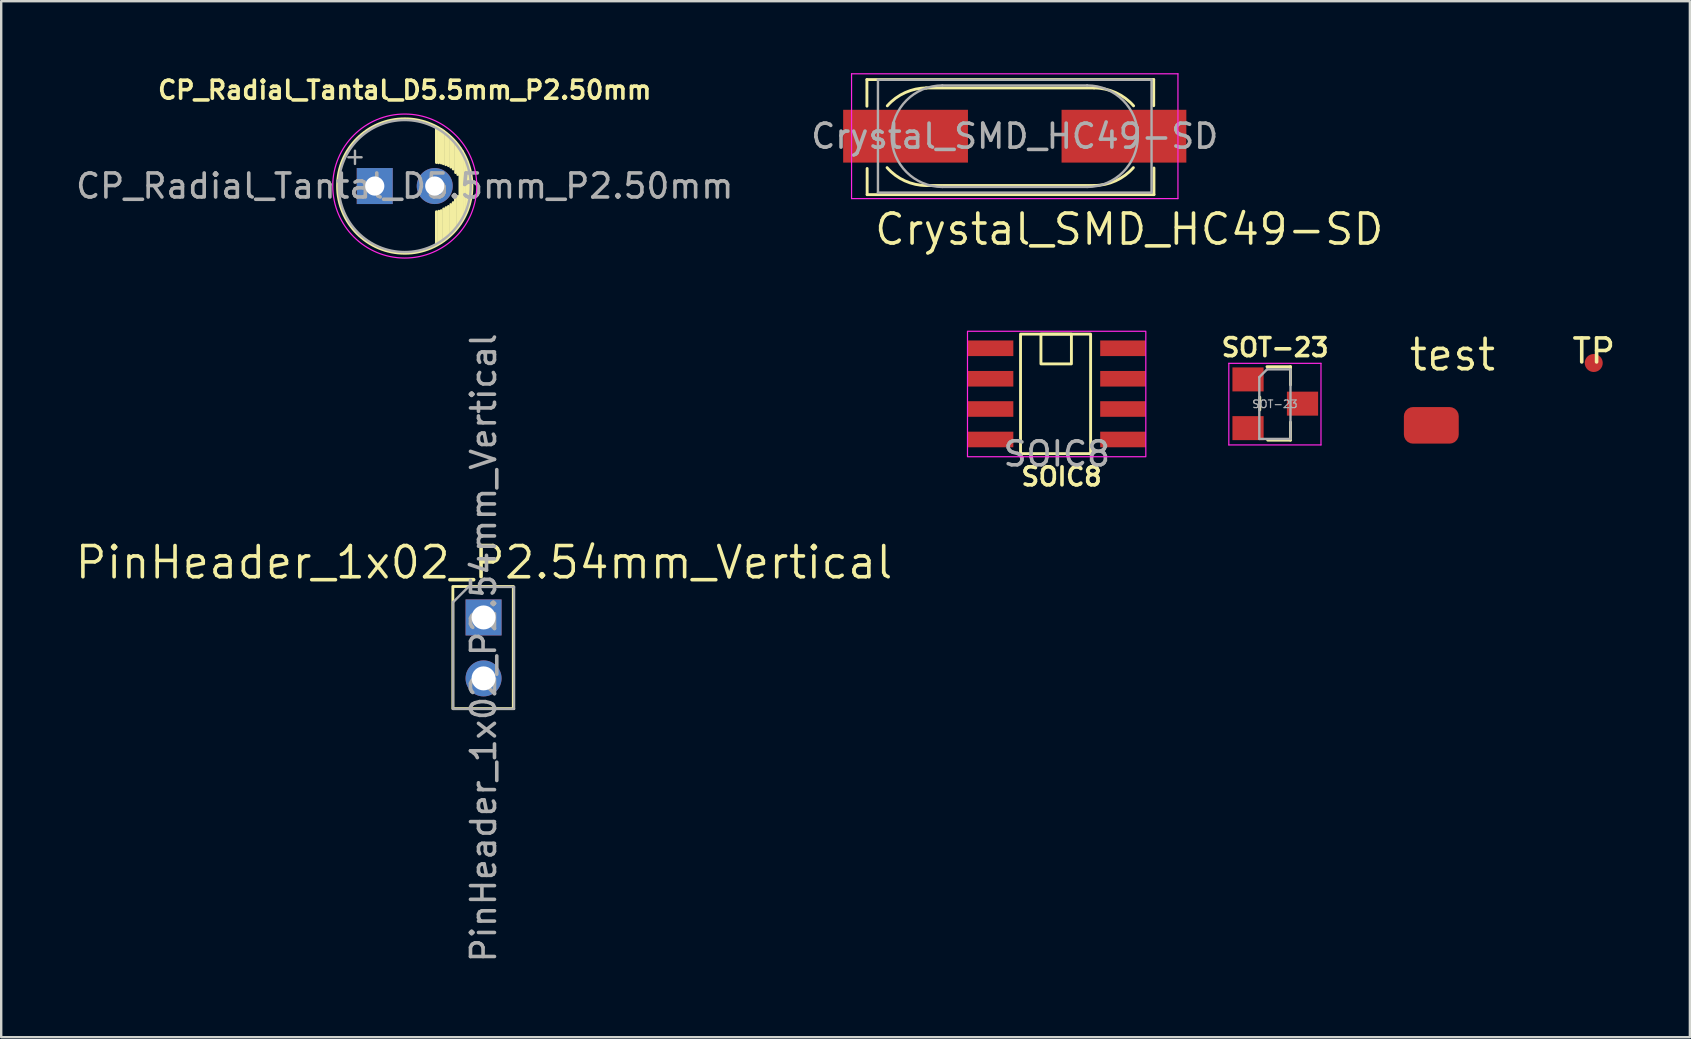
<source format=kicad_pcb>
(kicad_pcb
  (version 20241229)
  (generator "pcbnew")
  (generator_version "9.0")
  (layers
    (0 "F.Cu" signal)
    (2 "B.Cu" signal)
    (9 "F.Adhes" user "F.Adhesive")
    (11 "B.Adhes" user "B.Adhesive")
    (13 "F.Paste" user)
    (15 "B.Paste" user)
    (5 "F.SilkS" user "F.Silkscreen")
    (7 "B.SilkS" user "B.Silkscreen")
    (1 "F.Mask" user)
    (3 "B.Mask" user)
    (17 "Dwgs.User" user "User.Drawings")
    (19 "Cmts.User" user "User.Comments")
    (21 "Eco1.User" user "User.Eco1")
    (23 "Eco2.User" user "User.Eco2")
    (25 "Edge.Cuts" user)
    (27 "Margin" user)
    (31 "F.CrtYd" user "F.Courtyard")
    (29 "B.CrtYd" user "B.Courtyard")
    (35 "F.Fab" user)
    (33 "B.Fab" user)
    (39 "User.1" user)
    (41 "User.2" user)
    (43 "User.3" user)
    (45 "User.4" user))
  (footprint "TP"
    (layer "F.Cu")
    (at 63.357 12.075)
    (property "Reference" "TP" (at 0 -0.5 0) (unlocked yes) (layer "F.SilkS") (effects (font (size 1 1) (thickness 0.15))))
    (attr smd)
    (pad "1" smd circle (at 0 0) (size 0.75 0.75) (layers "F.Cu" "F.Mask" "F.Paste")))
  (footprint "SOT-23"
    (layer "F.Cu")
    (at 50.072 13.789)
    (property "Reference" "SOT-23" (at 0.01 -2.36 0) (layer "F.SilkS") (effects (font (size 0.75 0.75) (thickness 0.15))))
    (attr smd)
    (fp_line (start -0.63 -0.29) (end -0.63 0.24) (stroke (width 0.12) (type default)) (layer "F.SilkS"))
    (fp_line (start -0.33 -1.56) (end 0.65 -1.56) (stroke (width 0.12) (type solid)) (layer "F.SilkS"))
    (fp_line (start 0.65 -1.56) (end 0.65 -0.8) (stroke (width 0.12) (type default)) (layer "F.SilkS"))
    (fp_line (start 0.65 0.75) (end 0.65 1.5) (stroke (width 0.12) (type default)) (layer "F.SilkS"))
    (fp_line (start 0.65 1.5) (end -0.3 1.5) (stroke (width 0.12) (type default)) (layer "F.SilkS"))
    (fp_line (start -1.92 -1.7) (end -1.92 1.7) (stroke (width 0.05) (type solid)) (layer "F.CrtYd"))
    (fp_line (start -1.92 1.7) (end 1.92 1.7) (stroke (width 0.05) (type solid)) (layer "F.CrtYd"))
    (fp_line (start 1.92 -1.7) (end -1.92 -1.7) (stroke (width 0.05) (type solid)) (layer "F.CrtYd"))
    (fp_line (start 1.92 1.7) (end 1.92 -1.7) (stroke (width 0.05) (type solid)) (layer "F.CrtYd"))
    (fp_line (start -0.65 -1.125) (end -0.325 -1.45) (stroke (width 0.1) (type solid)) (layer "F.Fab"))
    (fp_line (start -0.65 1.45) (end -0.65 -1.125) (stroke (width 0.1) (type solid)) (layer "F.Fab"))
    (fp_line (start -0.325 -1.45) (end 0.65 -1.45) (stroke (width 0.1) (type solid)) (layer "F.Fab"))
    (fp_line (start 0.65 -1.45) (end 0.65 1.45) (stroke (width 0.1) (type solid)) (layer "F.Fab"))
    (fp_line (start 0.65 1.45) (end -0.65 1.45) (stroke (width 0.1) (type solid)) (layer "F.Fab"))
    (fp_text user "${REFERENCE}" (at 0 0 0) (layer "F.Fab") (effects (font (size 0.32 0.32) (thickness 0.05))))
    (pad "1" smd rect (at -1.12 -1.03) (size 1.3 1) (layers "F.Cu" "F.Mask" "F.Paste"))
    (pad "2" smd rect (at -1.12 1) (size 1.3 1) (layers "F.Cu" "F.Mask" "F.Paste"))
    (pad "3" smd rect (at 1.15 -0.02) (size 1.3 1) (layers "F.Cu" "F.Mask" "F.Paste")))
  (footprint "PinHeader_1x02_P2.54mm_Vertical"
    (layer "F.Cu")
    (at 17.099 22.677)
    (property "Reference" "PinHeader_1x02_P2.54mm_Vertical" (at 0.02 -2.29 0) (layer "F.SilkS") (effects (font (size 1.3 1.3) (thickness 0.15))))
    (attr through_hole)
    (fp_rect (start -1.28 -1.29) (end 1.24 3.8) (stroke (width 0.12) (type default)) (fill no) (layer "F.SilkS"))
    (fp_line (start -1.27 -0.635) (end -0.635 -1.27) (stroke (width 0.1) (type solid)) (layer "F.Fab"))
    (fp_line (start -1.27 3.81) (end -1.27 -0.635) (stroke (width 0.1) (type solid)) (layer "F.Fab"))
    (fp_line (start -0.635 -1.27) (end 1.27 -1.27) (stroke (width 0.1) (type solid)) (layer "F.Fab"))
    (fp_line (start 1.27 -1.27) (end 1.27 3.81) (stroke (width 0.1) (type solid)) (layer "F.Fab"))
    (fp_line (start 1.27 3.81) (end -1.27 3.81) (stroke (width 0.1) (type solid)) (layer "F.Fab"))
    (fp_text user "${REFERENCE}" (at 0 1.27 90) (layer "F.Fab") (effects (font (size 1 1) (thickness 0.15))))
    (pad "1" thru_hole rect (at 0 0) (size 1.5 1.5) (drill 1) (layers "*.Cu" "*.Mask"))
    (pad "2" thru_hole oval (at 0 2.54) (size 1.5 1.5) (drill 1) (layers "*.Cu" "*.Mask")))
  (footprint "test"
    (layer "F.Cu")
    (at 56.669 14.523)
    (property "Reference" "test" (at 0.8 -2.79 0) (layer "F.SilkS") (effects (font (size 1.27 1.27) (thickness 0.15))))
    (attr smd)
    (pad "1" smd roundrect (at -0.08 0.15) (size 2.286 1.524) (layers "F.Cu" "F.Mask" "F.Paste") (roundrect_rratio 0.25)))
  (footprint "CP_Radial_Tantal_D5.5mm_P2.50mm"
    (layer "F.Cu")
    (at 12.565 4.702)
    (property "Reference" "CP_Radial_Tantal_D5.5mm_P2.50mm" (at 1.25 -4 0) (layer "F.SilkS") (effects (font (size 0.75 0.75) (thickness 0.15))))
    (attr through_hole)
    (fp_line (start 2.57 -2.45) (end 2.57 -0.98) (stroke (width 0.12) (type solid)) (layer "F.SilkS"))
    (fp_line (start 2.57 1.07) (end 2.57 2.435) (stroke (width 0.12) (type solid)) (layer "F.SilkS"))
    (fp_line (start 2.66 -2.41) (end 2.66 -0.97) (stroke (width 0.12) (type solid)) (layer "F.SilkS"))
    (fp_line (start 2.67 1.05) (end 2.67 2.395) (stroke (width 0.12) (type solid)) (layer "F.SilkS"))
    (fp_line (start 2.77 -2.35) (end 2.77 -0.96) (stroke (width 0.12) (type solid)) (layer "F.SilkS"))
    (fp_line (start 2.77 1.025) (end 2.77 2.335) (stroke (width 0.12) (type solid)) (layer "F.SilkS"))
    (fp_line (start 2.86 -2.29) (end 2.86 -0.93) (stroke (width 0.12) (type solid)) (layer "F.SilkS"))
    (fp_line (start 2.87 0.955) (end 2.87 2.265) (stroke (width 0.12) (type solid)) (layer "F.SilkS"))
    (fp_line (start 2.96 -2.2) (end 2.96 -0.89) (stroke (width 0.12) (type solid)) (layer "F.SilkS"))
    (fp_line (start 2.97 0.9) (end 2.97 2.185) (stroke (width 0.12) (type solid)) (layer "F.SilkS"))
    (fp_line (start 3.07 -2.105) (end 3.07 -0.85) (stroke (width 0.12) (type solid)) (layer "F.SilkS"))
    (fp_line (start 3.07 0.85) (end 3.07 2.095) (stroke (width 0.12) (type solid)) (layer "F.SilkS"))
    (fp_line (start 3.17 -2.015) (end 3.17 -0.79) (stroke (width 0.12) (type solid)) (layer "F.SilkS"))
    (fp_line (start 3.17 0.77) (end 3.17 1.995) (stroke (width 0.12) (type solid)) (layer "F.SilkS"))
    (fp_line (start 3.27 -1.915) (end 3.27 -0.71) (stroke (width 0.12) (type solid)) (layer "F.SilkS"))
    (fp_line (start 3.27 0.69) (end 3.27 1.895) (stroke (width 0.12) (type solid)) (layer "F.SilkS"))
    (fp_line (start 3.36 0.52) (end 3.36 1.785) (stroke (width 0.12) (type solid)) (layer "F.SilkS"))
    (fp_line (start 3.37 -1.805) (end 3.37 -0.56) (stroke (width 0.12) (type solid)) (layer "F.SilkS"))
    (fp_line (start 3.46 -1.705) (end 3.46 -0.48) (stroke (width 0.12) (type solid)) (layer "F.SilkS"))
    (fp_line (start 3.46 0.43) (end 3.46 1.675) (stroke (width 0.12) (type solid)) (layer "F.SilkS"))
    (fp_line (start 3.55 -1.575) (end 3.55 1.56) (stroke (width 0.12) (type solid)) (layer "F.SilkS"))
    (fp_line (start 3.65 -1.435) (end 3.65 1.39) (stroke (width 0.12) (type solid)) (layer "F.SilkS"))
    (fp_line (start 3.74 -1.235) (end 3.74 1.22) (stroke (width 0.12) (type solid)) (layer "F.SilkS"))
    (fp_line (start 3.84 -1.025) (end 3.84 0.98) (stroke (width 0.12) (type solid)) (layer "F.SilkS"))
    (fp_line (start 3.94 -0.675) (end 3.94 0.72) (stroke (width 0.12) (type solid)) (layer "F.SilkS"))
    (fp_circle (center 1.25 0) (end 4.05 0) (stroke (width 0.12) (type solid)) (fill no) (layer "F.SilkS"))
    (fp_circle (center 1.25 0) (end 4.25 0) (stroke (width 0.05) (type solid)) (fill no) (layer "F.CrtYd"))
    (fp_line (start -1.099 -1.198) (end -0.549 -1.198) (stroke (width 0.1) (type solid)) (layer "F.Fab"))
    (fp_line (start -0.824 -1.472) (end -0.824 -0.922) (stroke (width 0.1) (type solid)) (layer "F.Fab"))
    (fp_circle (center 1.25 0) (end 4 0) (stroke (width 0.1) (type solid)) (fill no) (layer "F.Fab"))
    (fp_text user "${REFERENCE}" (at 1.25 0 0) (layer "F.Fab") (effects (font (size 1 1) (thickness 0.15))))
    (pad "1" thru_hole rect (at 0 0) (size 1.5 1.5) (drill 0.8) (layers "*.Cu" "*.Mask"))
    (pad "2" thru_hole circle (at 2.5 0) (size 1.5 1.5) (drill 0.8) (layers "*.Cu" "*.Mask")))
  (footprint "SOIC8"
    (layer "F.Cu")
    (at 40.983 13.362)
    (property "Reference" "SOIC8" (at 0.2 3.45 0) (unlocked yes) (layer "F.SilkS") (effects (font (size 0.75 0.75) (thickness 0.15))))
    (attr smd)
    (fp_rect (start -1.51 -2.49) (end 1.41 2.49) (stroke (width 0.12) (type default)) (fill no) (layer "F.SilkS"))
    (fp_rect (start -0.66 -2.49) (end 0.61 -1.25) (stroke (width 0.12) (type default)) (fill no) (layer "F.SilkS"))
    (fp_rect (start -3.72 -2.61) (end 3.71 2.62) (stroke (width 0.05) (type default)) (fill no) (layer "F.CrtYd"))
    (fp_text user "${REFERENCE}" (at 0 2.5 0) (unlocked yes) (layer "F.Fab") (effects (font (size 1 1) (thickness 0.15))))
    (pad "1" smd rect (at -2.76 -1.9) (size 1.9 0.65) (layers "F.Cu" "F.Mask" "F.Paste"))
    (pad "2" smd rect (at -2.76 -0.63) (size 1.9 0.65) (layers "F.Cu" "F.Mask" "F.Paste"))
    (pad "3" smd rect (at -2.76 0.63) (size 1.9 0.65) (layers "F.Cu" "F.Mask" "F.Paste"))
    (pad "4" smd rect (at -2.76 1.9) (size 1.9 0.65) (layers "F.Cu" "F.Mask" "F.Paste"))
    (pad "5" smd rect (at 2.76 1.9) (size 1.9 0.65) (layers "F.Cu" "F.Mask" "F.Paste"))
    (pad "6" smd rect (at 2.76 0.63) (size 1.9 0.65) (layers "F.Cu" "F.Mask" "F.Paste"))
    (pad "7" smd rect (at 2.76 -0.63) (size 1.9 0.65) (layers "F.Cu" "F.Mask" "F.Paste"))
    (pad "8" smd rect (at 2.76 -1.9) (size 1.9 0.65) (layers "F.Cu" "F.Mask" "F.Paste")))
  (footprint "Crystal_SMD_HC49-SD"
    (layer "F.Cu")
    (at 39.232 2.625)
    (property "Reference" "Crystal_SMD_HC49-SD" (at 4.77 3.88 0) (layer "F.SilkS") (effects (font (size 1.25 1.25) (thickness 0.15))))
    (attr smd)
    (fp_line (start -6.16 -2.36) (end 5.79 -2.36) (stroke (width 0.12) (type default)) (layer "F.SilkS"))
    (fp_line (start -6.16 -1.25) (end -6.16 -2.36) (stroke (width 0.12) (type default)) (layer "F.SilkS"))
    (fp_line (start -6.15 2.435) (end -6.15 1.345) (stroke (width 0.12) (type default)) (layer "F.SilkS"))
    (fp_line (start -3.7 -2.01) (end 3.3 -2.01) (stroke (width 0.12) (type default)) (layer "F.SilkS"))
    (fp_line (start 3.331 2.055) (end -3.669 2.055) (stroke (width 0.12) (type default)) (layer "F.SilkS"))
    (fp_line (start 5.79 -2.36) (end 5.79 -1.27) (stroke (width 0.12) (type default)) (layer "F.SilkS"))
    (fp_line (start 5.8 1.325) (end 5.8 2.435) (stroke (width 0.12) (type default)) (layer "F.SilkS"))
    (fp_line (start 5.8 2.435) (end -6.15 2.435) (stroke (width 0.12) (type default)) (layer "F.SilkS"))
    (fp_arc (start -5.311256 -1.264809) (mid -4.571253 -1.814979) (end -3.67 -2.01) (stroke (width 0.12) (type default)) (layer "F.SilkS"))
    (fp_arc (start -3.678744 2.055191) (mid -4.579997 1.860169) (end -5.32 1.31) (stroke (width 0.12) (type default)) (layer "F.SilkS"))
    (fp_arc (start 3.31 -2.010001) (mid 4.211253 -1.81498) (end 4.951256 -1.26481) (stroke (width 0.12) (type default)) (layer "F.SilkS"))
    (fp_arc (start 4.942512 1.309999) (mid 4.202509 1.860169) (end 3.301256 2.05519) (stroke (width 0.12) (type default)) (layer "F.SilkS"))
    (fp_line (start -6.8 -2.6) (end -6.8 2.6) (stroke (width 0.05) (type solid)) (layer "F.CrtYd"))
    (fp_line (start -6.8 2.6) (end 6.8 2.6) (stroke (width 0.05) (type solid)) (layer "F.CrtYd"))
    (fp_line (start 6.8 -2.6) (end -6.8 -2.6) (stroke (width 0.05) (type solid)) (layer "F.CrtYd"))
    (fp_line (start 6.8 2.6) (end 6.8 -2.6) (stroke (width 0.05) (type solid)) (layer "F.CrtYd"))
    (fp_line (start -5.7 -2.35) (end -5.7 2.35) (stroke (width 0.1) (type solid)) (layer "F.Fab"))
    (fp_line (start -5.7 2.35) (end 5.7 2.35) (stroke (width 0.1) (type solid)) (layer "F.Fab"))
    (fp_line (start -3.015 -2.115) (end 3.015 -2.115) (stroke (width 0.1) (type solid)) (layer "F.Fab"))
    (fp_line (start -3.015 2.115) (end 3.015 2.115) (stroke (width 0.1) (type solid)) (layer "F.Fab"))
    (fp_line (start 5.7 -2.35) (end -5.7 -2.35) (stroke (width 0.1) (type solid)) (layer "F.Fab"))
    (fp_line (start 5.7 2.35) (end 5.7 -2.35) (stroke (width 0.1) (type solid)) (layer "F.Fab"))
    (fp_arc (start -3.015 2.115) (mid -5.13 0) (end -3.015 -2.115) (stroke (width 0.1) (type solid)) (layer "F.Fab"))
    (fp_arc (start 3.015 -2.115) (mid 5.13 0) (end 3.015 2.115) (stroke (width 0.1) (type solid)) (layer "F.Fab"))
    (fp_text user "${REFERENCE}" (at 0 0 0) (layer "F.Fab") (effects (font (size 1 1) (thickness 0.15))))
    (pad "1" smd rect (at -4.55 0) (size 5.2 2.2) (layers "F.Cu" "F.Mask" "F.Paste"))
    (pad "2" smd rect (at 4.55 0) (size 5.2 2.2) (layers "F.Cu" "F.Mask" "F.Paste")))
  (gr_rect
    (start -3 -3)
    (end 67.363 40.167)
    (stroke (width 0.1) (type default))
    (fill no)
    (layer "Edge.Cuts")))
</source>
